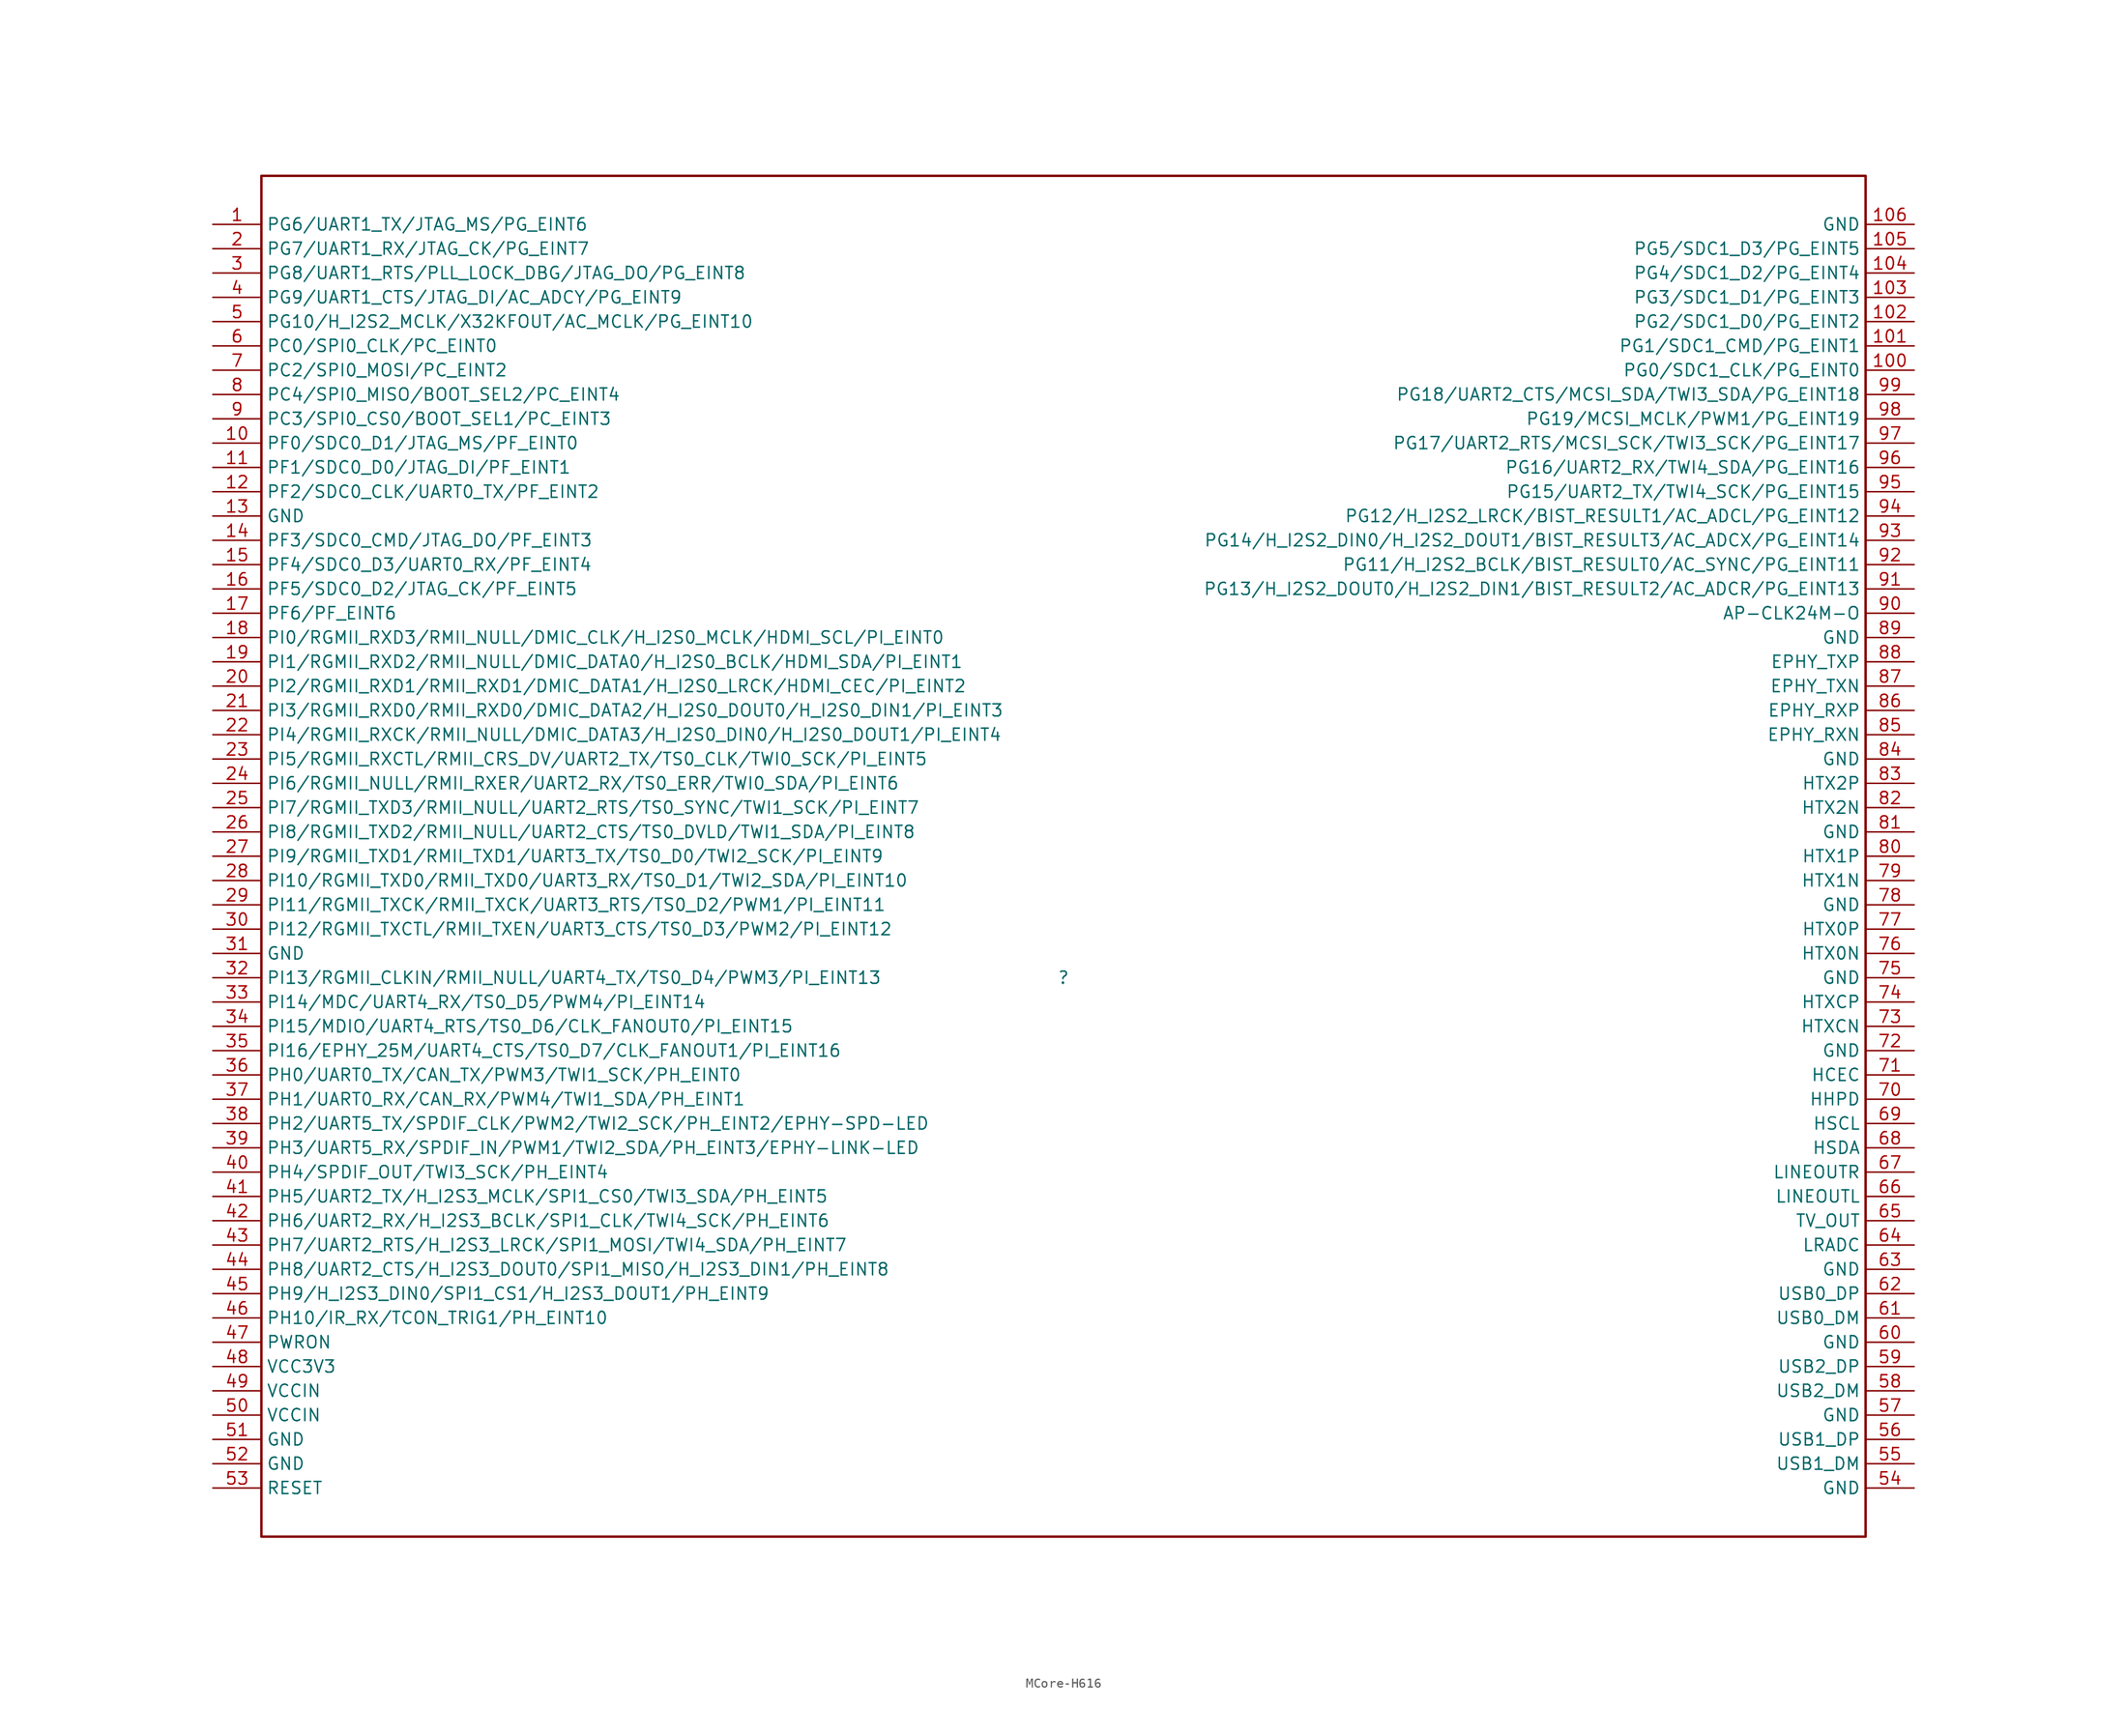
<source format=kicad_sym>
(kicad_symbol_lib
  (version 20231120)
  (generator "kicad_symbol_editor")
  (generator_version "8.0")
  (symbol "MCore-H616"
    (property "Reference" ""
      (at 0 0 0)
      (effects (font (size 1.27 1.27))))
    (property "Value" ""
      (at 0 0 0)
      (effects (font (size 1.27 1.27))))
    (symbol "MCore-H616_1_0"
      (rectangle (start -83.82 83.82) (end 83.82 -58.42) (stroke (width 0.254) (type solid)) (fill (type none)))
      (pin input line (at -88.9 78.74 0) (length 5.08) (name "PG6/UART1_TX/JTAG_MS/PG_EINT6" (effects (font (size 1.27 1.27)))) (number "1" (effects (font (size 1.27 1.27)))))
      (pin input line (at -88.9 55.88 0) (length 5.08) (name "PF0/SDC0_D1/JTAG_MS/PF_EINT0" (effects (font (size 1.27 1.27)))) (number "10" (effects (font (size 1.27 1.27)))))
      (pin input line (at 88.9 63.5 180) (length 5.08) (name "PG0/SDC1_CLK/PG_EINT0" (effects (font (size 1.27 1.27)))) (number "100" (effects (font (size 1.27 1.27)))))
      (pin input line (at 88.9 66.04 180) (length 5.08) (name "PG1/SDC1_CMD/PG_EINT1" (effects (font (size 1.27 1.27)))) (number "101" (effects (font (size 1.27 1.27)))))
      (pin input line (at 88.9 68.58 180) (length 5.08) (name "PG2/SDC1_D0/PG_EINT2" (effects (font (size 1.27 1.27)))) (number "102" (effects (font (size 1.27 1.27)))))
      (pin input line (at 88.9 71.12 180) (length 5.08) (name "PG3/SDC1_D1/PG_EINT3" (effects (font (size 1.27 1.27)))) (number "103" (effects (font (size 1.27 1.27)))))
      (pin input line (at 88.9 73.66 180) (length 5.08) (name "PG4/SDC1_D2/PG_EINT4" (effects (font (size 1.27 1.27)))) (number "104" (effects (font (size 1.27 1.27)))))
      (pin input line (at 88.9 76.2 180) (length 5.08) (name "PG5/SDC1_D3/PG_EINT5" (effects (font (size 1.27 1.27)))) (number "105" (effects (font (size 1.27 1.27)))))
      (pin input line (at 88.9 78.74 180) (length 5.08) (name "GND" (effects (font (size 1.27 1.27)))) (number "106" (effects (font (size 1.27 1.27)))))
      (pin input line (at -88.9 53.34 0) (length 5.08) (name "PF1/SDC0_D0/JTAG_DI/PF_EINT1" (effects (font (size 1.27 1.27)))) (number "11" (effects (font (size 1.27 1.27)))))
      (pin input line (at -88.9 50.8 0) (length 5.08) (name "PF2/SDC0_CLK/UART0_TX/PF_EINT2" (effects (font (size 1.27 1.27)))) (number "12" (effects (font (size 1.27 1.27)))))
      (pin input line (at -88.9 48.26 0) (length 5.08) (name "GND" (effects (font (size 1.27 1.27)))) (number "13" (effects (font (size 1.27 1.27)))))
      (pin input line (at -88.9 45.72 0) (length 5.08) (name "PF3/SDC0_CMD/JTAG_DO/PF_EINT3" (effects (font (size 1.27 1.27)))) (number "14" (effects (font (size 1.27 1.27)))))
      (pin input line (at -88.9 43.18 0) (length 5.08) (name "PF4/SDC0_D3/UART0_RX/PF_EINT4" (effects (font (size 1.27 1.27)))) (number "15" (effects (font (size 1.27 1.27)))))
      (pin input line (at -88.9 40.64 0) (length 5.08) (name "PF5/SDC0_D2/JTAG_CK/PF_EINT5" (effects (font (size 1.27 1.27)))) (number "16" (effects (font (size 1.27 1.27)))))
      (pin input line (at -88.9 38.1 0) (length 5.08) (name "PF6/PF_EINT6" (effects (font (size 1.27 1.27)))) (number "17" (effects (font (size 1.27 1.27)))))
      (pin input line (at -88.9 35.56 0) (length 5.08) (name "PI0/RGMII_RXD3/RMII_NULL/DMIC_CLK/H_I2S0_MCLK/HDMI_SCL/PI_EINT0" (effects (font (size 1.27 1.27)))) (number "18" (effects (font (size 1.27 1.27)))))
      (pin input line (at -88.9 33.02 0) (length 5.08) (name "PI1/RGMII_RXD2/RMII_NULL/DMIC_DATA0/H_I2S0_BCLK/HDMI_SDA/PI_EINT1" (effects (font (size 1.27 1.27)))) (number "19" (effects (font (size 1.27 1.27)))))
      (pin input line (at -88.9 76.2 0) (length 5.08) (name "PG7/UART1_RX/JTAG_CK/PG_EINT7" (effects (font (size 1.27 1.27)))) (number "2" (effects (font (size 1.27 1.27)))))
      (pin input line (at -88.9 30.48 0) (length 5.08) (name "PI2/RGMII_RXD1/RMII_RXD1/DMIC_DATA1/H_I2S0_LRCK/HDMI_CEC/PI_EINT2" (effects (font (size 1.27 1.27)))) (number "20" (effects (font (size 1.27 1.27)))))
      (pin input line (at -88.9 27.94 0) (length 5.08) (name "PI3/RGMII_RXD0/RMII_RXD0/DMIC_DATA2/H_I2S0_DOUT0/H_I2S0_DIN1/PI_EINT3" (effects (font (size 1.27 1.27)))) (number "21" (effects (font (size 1.27 1.27)))))
      (pin input line (at -88.9 25.4 0) (length 5.08) (name "PI4/RGMII_RXCK/RMII_NULL/DMIC_DATA3/H_I2S0_DIN0/H_I2S0_DOUT1/PI_EINT4" (effects (font (size 1.27 1.27)))) (number "22" (effects (font (size 1.27 1.27)))))
      (pin input line (at -88.9 22.86 0) (length 5.08) (name "PI5/RGMII_RXCTL/RMII_CRS_DV/UART2_TX/TS0_CLK/TWI0_SCK/PI_EINT5" (effects (font (size 1.27 1.27)))) (number "23" (effects (font (size 1.27 1.27)))))
      (pin input line (at -88.9 20.32 0) (length 5.08) (name "PI6/RGMII_NULL/RMII_RXER/UART2_RX/TS0_ERR/TWI0_SDA/PI_EINT6" (effects (font (size 1.27 1.27)))) (number "24" (effects (font (size 1.27 1.27)))))
      (pin input line (at -88.9 17.78 0) (length 5.08) (name "PI7/RGMII_TXD3/RMII_NULL/UART2_RTS/TS0_SYNC/TWI1_SCK/PI_EINT7" (effects (font (size 1.27 1.27)))) (number "25" (effects (font (size 1.27 1.27)))))
      (pin input line (at -88.9 15.24 0) (length 5.08) (name "PI8/RGMII_TXD2/RMII_NULL/UART2_CTS/TS0_DVLD/TWI1_SDA/PI_EINT8" (effects (font (size 1.27 1.27)))) (number "26" (effects (font (size 1.27 1.27)))))
      (pin input line (at -88.9 12.7 0) (length 5.08) (name "PI9/RGMII_TXD1/RMII_TXD1/UART3_TX/TS0_D0/TWI2_SCK/PI_EINT9" (effects (font (size 1.27 1.27)))) (number "27" (effects (font (size 1.27 1.27)))))
      (pin input line (at -88.9 10.16 0) (length 5.08) (name "PI10/RGMII_TXD0/RMII_TXD0/UART3_RX/TS0_D1/TWI2_SDA/PI_EINT10" (effects (font (size 1.27 1.27)))) (number "28" (effects (font (size 1.27 1.27)))))
      (pin input line (at -88.9 7.62 0) (length 5.08) (name "PI11/RGMII_TXCK/RMII_TXCK/UART3_RTS/TS0_D2/PWM1/PI_EINT11" (effects (font (size 1.27 1.27)))) (number "29" (effects (font (size 1.27 1.27)))))
      (pin input line (at -88.9 73.66 0) (length 5.08) (name "PG8/UART1_RTS/PLL_LOCK_DBG/JTAG_DO/PG_EINT8" (effects (font (size 1.27 1.27)))) (number "3" (effects (font (size 1.27 1.27)))))
      (pin input line (at -88.9 5.08 0) (length 5.08) (name "PI12/RGMII_TXCTL/RMII_TXEN/UART3_CTS/TS0_D3/PWM2/PI_EINT12" (effects (font (size 1.27 1.27)))) (number "30" (effects (font (size 1.27 1.27)))))
      (pin input line (at -88.9 2.54 0) (length 5.08) (name "GND" (effects (font (size 1.27 1.27)))) (number "31" (effects (font (size 1.27 1.27)))))
      (pin input line (at -88.9 0 0) (length 5.08) (name "PI13/RGMII_CLKIN/RMII_NULL/UART4_TX/TS0_D4/PWM3/PI_EINT13" (effects (font (size 1.27 1.27)))) (number "32" (effects (font (size 1.27 1.27)))))
      (pin input line (at -88.9 -2.54 0) (length 5.08) (name "PI14/MDC/UART4_RX/TS0_D5/PWM4/PI_EINT14" (effects (font (size 1.27 1.27)))) (number "33" (effects (font (size 1.27 1.27)))))
      (pin input line (at -88.9 -5.08 0) (length 5.08) (name "PI15/MDIO/UART4_RTS/TS0_D6/CLK_FANOUT0/PI_EINT15" (effects (font (size 1.27 1.27)))) (number "34" (effects (font (size 1.27 1.27)))))
      (pin input line (at -88.9 -7.62 0) (length 5.08) (name "PI16/EPHY_25M/UART4_CTS/TS0_D7/CLK_FANOUT1/PI_EINT16" (effects (font (size 1.27 1.27)))) (number "35" (effects (font (size 1.27 1.27)))))
      (pin input line (at -88.9 -10.16 0) (length 5.08) (name "PH0/UART0_TX/CAN_TX/PWM3/TWI1_SCK/PH_EINT0" (effects (font (size 1.27 1.27)))) (number "36" (effects (font (size 1.27 1.27)))))
      (pin input line (at -88.9 -12.7 0) (length 5.08) (name "PH1/UART0_RX/CAN_RX/PWM4/TWI1_SDA/PH_EINT1" (effects (font (size 1.27 1.27)))) (number "37" (effects (font (size 1.27 1.27)))))
      (pin input line (at -88.9 -15.24 0) (length 5.08) (name "PH2/UART5_TX/SPDIF_CLK/PWM2/TWI2_SCK/PH_EINT2/EPHY-SPD-LED" (effects (font (size 1.27 1.27)))) (number "38" (effects (font (size 1.27 1.27)))))
      (pin input line (at -88.9 -17.78 0) (length 5.08) (name "PH3/UART5_RX/SPDIF_IN/PWM1/TWI2_SDA/PH_EINT3/EPHY-LINK-LED" (effects (font (size 1.27 1.27)))) (number "39" (effects (font (size 1.27 1.27)))))
      (pin input line (at -88.9 71.12 0) (length 5.08) (name "PG9/UART1_CTS/JTAG_DI/AC_ADCY/PG_EINT9" (effects (font (size 1.27 1.27)))) (number "4" (effects (font (size 1.27 1.27)))))
      (pin input line (at -88.9 -20.32 0) (length 5.08) (name "PH4/SPDIF_OUT/TWI3_SCK/PH_EINT4" (effects (font (size 1.27 1.27)))) (number "40" (effects (font (size 1.27 1.27)))))
      (pin input line (at -88.9 -22.86 0) (length 5.08) (name "PH5/UART2_TX/H_I2S3_MCLK/SPI1_CS0/TWI3_SDA/PH_EINT5" (effects (font (size 1.27 1.27)))) (number "41" (effects (font (size 1.27 1.27)))))
      (pin input line (at -88.9 -25.4 0) (length 5.08) (name "PH6/UART2_RX/H_I2S3_BCLK/SPI1_CLK/TWI4_SCK/PH_EINT6" (effects (font (size 1.27 1.27)))) (number "42" (effects (font (size 1.27 1.27)))))
      (pin input line (at -88.9 -27.94 0) (length 5.08) (name "PH7/UART2_RTS/H_I2S3_LRCK/SPI1_MOSI/TWI4_SDA/PH_EINT7" (effects (font (size 1.27 1.27)))) (number "43" (effects (font (size 1.27 1.27)))))
      (pin input line (at -88.9 -30.48 0) (length 5.08) (name "PH8/UART2_CTS/H_I2S3_DOUT0/SPI1_MISO/H_I2S3_DIN1/PH_EINT8" (effects (font (size 1.27 1.27)))) (number "44" (effects (font (size 1.27 1.27)))))
      (pin input line (at -88.9 -33.02 0) (length 5.08) (name "PH9/H_I2S3_DIN0/SPI1_CS1/H_I2S3_DOUT1/PH_EINT9" (effects (font (size 1.27 1.27)))) (number "45" (effects (font (size 1.27 1.27)))))
      (pin input line (at -88.9 -35.56 0) (length 5.08) (name "PH10/IR_RX/TCON_TRIG1/PH_EINT10" (effects (font (size 1.27 1.27)))) (number "46" (effects (font (size 1.27 1.27)))))
      (pin input line (at -88.9 -38.1 0) (length 5.08) (name "PWRON" (effects (font (size 1.27 1.27)))) (number "47" (effects (font (size 1.27 1.27)))))
      (pin output line (at -88.9 -40.64 0) (length 5.08) (name "VCC3V3" (effects (font (size 1.27 1.27)))) (number "48" (effects (font (size 1.27 1.27)))))
      (pin input line (at -88.9 -43.18 0) (length 5.08) (name "VCCIN" (effects (font (size 1.27 1.27)))) (number "49" (effects (font (size 1.27 1.27)))))
      (pin input line (at -88.9 68.58 0) (length 5.08) (name "PG10/H_I2S2_MCLK/X32KFOUT/AC_MCLK/PG_EINT10" (effects (font (size 1.27 1.27)))) (number "5" (effects (font (size 1.27 1.27)))))
      (pin input line (at -88.9 -45.72 0) (length 5.08) (name "VCCIN" (effects (font (size 1.27 1.27)))) (number "50" (effects (font (size 1.27 1.27)))))
      (pin input line (at -88.9 -48.26 0) (length 5.08) (name "GND" (effects (font (size 1.27 1.27)))) (number "51" (effects (font (size 1.27 1.27)))))
      (pin input line (at -88.9 -50.8 0) (length 5.08) (name "GND" (effects (font (size 1.27 1.27)))) (number "52" (effects (font (size 1.27 1.27)))))
      (pin input line (at -88.9 -53.34 0) (length 5.08) (name "RESET" (effects (font (size 1.27 1.27)))) (number "53" (effects (font (size 1.27 1.27)))))
      (pin input line (at 88.9 -53.34 180) (length 5.08) (name "GND" (effects (font (size 1.27 1.27)))) (number "54" (effects (font (size 1.27 1.27)))))
      (pin input line (at 88.9 -50.8 180) (length 5.08) (name "USB1_DM" (effects (font (size 1.27 1.27)))) (number "55" (effects (font (size 1.27 1.27)))))
      (pin input line (at 88.9 -48.26 180) (length 5.08) (name "USB1_DP" (effects (font (size 1.27 1.27)))) (number "56" (effects (font (size 1.27 1.27)))))
      (pin input line (at 88.9 -45.72 180) (length 5.08) (name "GND" (effects (font (size 1.27 1.27)))) (number "57" (effects (font (size 1.27 1.27)))))
      (pin input line (at 88.9 -43.18 180) (length 5.08) (name "USB2_DM" (effects (font (size 1.27 1.27)))) (number "58" (effects (font (size 1.27 1.27)))))
      (pin input line (at 88.9 -40.64 180) (length 5.08) (name "USB2_DP" (effects (font (size 1.27 1.27)))) (number "59" (effects (font (size 1.27 1.27)))))
      (pin input line (at -88.9 66.04 0) (length 5.08) (name "PC0/SPI0_CLK/PC_EINT0" (effects (font (size 1.27 1.27)))) (number "6" (effects (font (size 1.27 1.27)))))
      (pin input line (at 88.9 -38.1 180) (length 5.08) (name "GND" (effects (font (size 1.27 1.27)))) (number "60" (effects (font (size 1.27 1.27)))))
      (pin input line (at 88.9 -35.56 180) (length 5.08) (name "USB0_DM" (effects (font (size 1.27 1.27)))) (number "61" (effects (font (size 1.27 1.27)))))
      (pin input line (at 88.9 -33.02 180) (length 5.08) (name "USB0_DP" (effects (font (size 1.27 1.27)))) (number "62" (effects (font (size 1.27 1.27)))))
      (pin input line (at 88.9 -30.48 180) (length 5.08) (name "GND" (effects (font (size 1.27 1.27)))) (number "63" (effects (font (size 1.27 1.27)))))
      (pin input line (at 88.9 -27.94 180) (length 5.08) (name "LRADC" (effects (font (size 1.27 1.27)))) (number "64" (effects (font (size 1.27 1.27)))))
      (pin input line (at 88.9 -25.4 180) (length 5.08) (name "TV_OUT" (effects (font (size 1.27 1.27)))) (number "65" (effects (font (size 1.27 1.27)))))
      (pin input line (at 88.9 -22.86 180) (length 5.08) (name "LINEOUTL" (effects (font (size 1.27 1.27)))) (number "66" (effects (font (size 1.27 1.27)))))
      (pin input line (at 88.9 -20.32 180) (length 5.08) (name "LINEOUTR" (effects (font (size 1.27 1.27)))) (number "67" (effects (font (size 1.27 1.27)))))
      (pin input line (at 88.9 -17.78 180) (length 5.08) (name "HSDA" (effects (font (size 1.27 1.27)))) (number "68" (effects (font (size 1.27 1.27)))))
      (pin input line (at 88.9 -15.24 180) (length 5.08) (name "HSCL" (effects (font (size 1.27 1.27)))) (number "69" (effects (font (size 1.27 1.27)))))
      (pin input line (at -88.9 63.5 0) (length 5.08) (name "PC2/SPI0_MOSI/PC_EINT2" (effects (font (size 1.27 1.27)))) (number "7" (effects (font (size 1.27 1.27)))))
      (pin input line (at 88.9 -12.7 180) (length 5.08) (name "HHPD" (effects (font (size 1.27 1.27)))) (number "70" (effects (font (size 1.27 1.27)))))
      (pin input line (at 88.9 -10.16 180) (length 5.08) (name "HCEC" (effects (font (size 1.27 1.27)))) (number "71" (effects (font (size 1.27 1.27)))))
      (pin input line (at 88.9 -7.62 180) (length 5.08) (name "GND" (effects (font (size 1.27 1.27)))) (number "72" (effects (font (size 1.27 1.27)))))
      (pin input line (at 88.9 -5.08 180) (length 5.08) (name "HTXCN" (effects (font (size 1.27 1.27)))) (number "73" (effects (font (size 1.27 1.27)))))
      (pin input line (at 88.9 -2.54 180) (length 5.08) (name "HTXCP" (effects (font (size 1.27 1.27)))) (number "74" (effects (font (size 1.27 1.27)))))
      (pin input line (at 88.9 0 180) (length 5.08) (name "GND" (effects (font (size 1.27 1.27)))) (number "75" (effects (font (size 1.27 1.27)))))
      (pin input line (at 88.9 2.54 180) (length 5.08) (name "HTX0N" (effects (font (size 1.27 1.27)))) (number "76" (effects (font (size 1.27 1.27)))))
      (pin input line (at 88.9 5.08 180) (length 5.08) (name "HTX0P" (effects (font (size 1.27 1.27)))) (number "77" (effects (font (size 1.27 1.27)))))
      (pin input line (at 88.9 7.62 180) (length 5.08) (name "GND" (effects (font (size 1.27 1.27)))) (number "78" (effects (font (size 1.27 1.27)))))
      (pin input line (at 88.9 10.16 180) (length 5.08) (name "HTX1N" (effects (font (size 1.27 1.27)))) (number "79" (effects (font (size 1.27 1.27)))))
      (pin input line (at -88.9 60.96 0) (length 5.08) (name "PC4/SPI0_MISO/BOOT_SEL2/PC_EINT4" (effects (font (size 1.27 1.27)))) (number "8" (effects (font (size 1.27 1.27)))))
      (pin input line (at 88.9 12.7 180) (length 5.08) (name "HTX1P" (effects (font (size 1.27 1.27)))) (number "80" (effects (font (size 1.27 1.27)))))
      (pin input line (at 88.9 15.24 180) (length 5.08) (name "GND" (effects (font (size 1.27 1.27)))) (number "81" (effects (font (size 1.27 1.27)))))
      (pin input line (at 88.9 17.78 180) (length 5.08) (name "HTX2N" (effects (font (size 1.27 1.27)))) (number "82" (effects (font (size 1.27 1.27)))))
      (pin input line (at 88.9 20.32 180) (length 5.08) (name "HTX2P" (effects (font (size 1.27 1.27)))) (number "83" (effects (font (size 1.27 1.27)))))
      (pin input line (at 88.9 22.86 180) (length 5.08) (name "GND" (effects (font (size 1.27 1.27)))) (number "84" (effects (font (size 1.27 1.27)))))
      (pin input line (at 88.9 25.4 180) (length 5.08) (name "EPHY_RXN" (effects (font (size 1.27 1.27)))) (number "85" (effects (font (size 1.27 1.27)))))
      (pin input line (at 88.9 27.94 180) (length 5.08) (name "EPHY_RXP" (effects (font (size 1.27 1.27)))) (number "86" (effects (font (size 1.27 1.27)))))
      (pin input line (at 88.9 30.48 180) (length 5.08) (name "EPHY_TXN" (effects (font (size 1.27 1.27)))) (number "87" (effects (font (size 1.27 1.27)))))
      (pin input line (at 88.9 33.02 180) (length 5.08) (name "EPHY_TXP" (effects (font (size 1.27 1.27)))) (number "88" (effects (font (size 1.27 1.27)))))
      (pin input line (at 88.9 35.56 180) (length 5.08) (name "GND" (effects (font (size 1.27 1.27)))) (number "89" (effects (font (size 1.27 1.27)))))
      (pin input line (at -88.9 58.42 0) (length 5.08) (name "PC3/SPI0_CS0/BOOT_SEL1/PC_EINT3" (effects (font (size 1.27 1.27)))) (number "9" (effects (font (size 1.27 1.27)))))
      (pin input line (at 88.9 38.1 180) (length 5.08) (name "AP-CLK24M-O" (effects (font (size 1.27 1.27)))) (number "90" (effects (font (size 1.27 1.27)))))
      (pin input line (at 88.9 40.64 180) (length 5.08) (name "PG13/H_I2S2_DOUT0/H_I2S2_DIN1/BIST_RESULT2/AC_ADCR/PG_EINT13" (effects (font (size 1.27 1.27)))) (number "91" (effects (font (size 1.27 1.27)))))
      (pin input line (at 88.9 43.18 180) (length 5.08) (name "PG11/H_I2S2_BCLK/BIST_RESULT0/AC_SYNC/PG_EINT11" (effects (font (size 1.27 1.27)))) (number "92" (effects (font (size 1.27 1.27)))))
      (pin input line (at 88.9 45.72 180) (length 5.08) (name "PG14/H_I2S2_DIN0/H_I2S2_DOUT1/BIST_RESULT3/AC_ADCX/PG_EINT14" (effects (font (size 1.27 1.27)))) (number "93" (effects (font (size 1.27 1.27)))))
      (pin input line (at 88.9 48.26 180) (length 5.08) (name "PG12/H_I2S2_LRCK/BIST_RESULT1/AC_ADCL/PG_EINT12" (effects (font (size 1.27 1.27)))) (number "94" (effects (font (size 1.27 1.27)))))
      (pin input line (at 88.9 50.8 180) (length 5.08) (name "PG15/UART2_TX/TWI4_SCK/PG_EINT15" (effects (font (size 1.27 1.27)))) (number "95" (effects (font (size 1.27 1.27)))))
      (pin input line (at 88.9 53.34 180) (length 5.08) (name "PG16/UART2_RX/TWI4_SDA/PG_EINT16" (effects (font (size 1.27 1.27)))) (number "96" (effects (font (size 1.27 1.27)))))
      (pin input line (at 88.9 55.88 180) (length 5.08) (name "PG17/UART2_RTS/MCSI_SCK/TWI3_SCK/PG_EINT17" (effects (font (size 1.27 1.27)))) (number "97" (effects (font (size 1.27 1.27)))))
      (pin input line (at 88.9 58.42 180) (length 5.08) (name "PG19/MCSI_MCLK/PWM1/PG_EINT19" (effects (font (size 1.27 1.27)))) (number "98" (effects (font (size 1.27 1.27)))))
      (pin input line (at 88.9 60.96 180) (length 5.08) (name "PG18/UART2_CTS/MCSI_SDA/TWI3_SDA/PG_EINT18" (effects (font (size 1.27 1.27)))) (number "99" (effects (font (size 1.27 1.27))))))))
</source>
